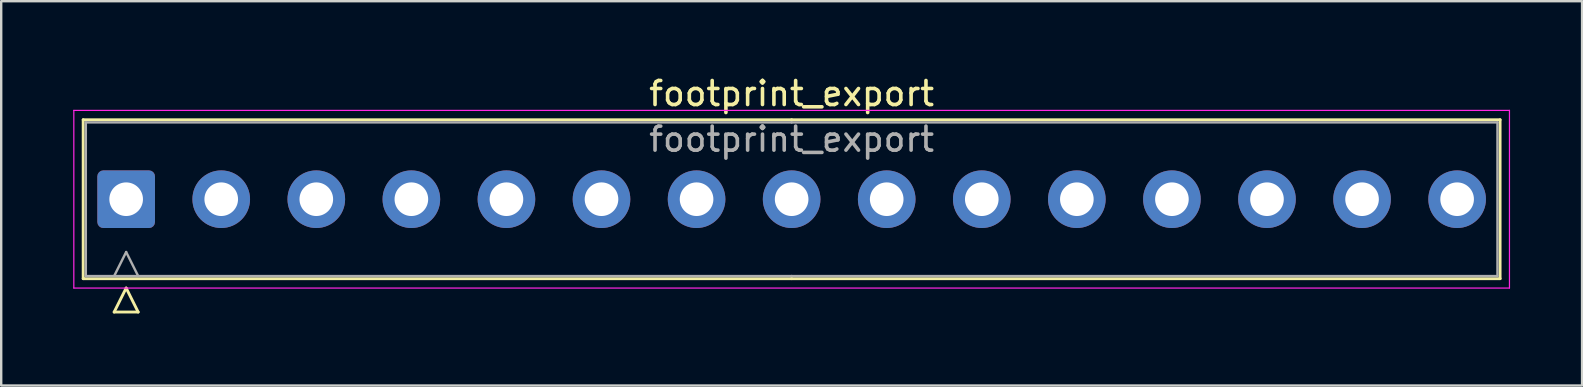
<source format=kicad_pcb>
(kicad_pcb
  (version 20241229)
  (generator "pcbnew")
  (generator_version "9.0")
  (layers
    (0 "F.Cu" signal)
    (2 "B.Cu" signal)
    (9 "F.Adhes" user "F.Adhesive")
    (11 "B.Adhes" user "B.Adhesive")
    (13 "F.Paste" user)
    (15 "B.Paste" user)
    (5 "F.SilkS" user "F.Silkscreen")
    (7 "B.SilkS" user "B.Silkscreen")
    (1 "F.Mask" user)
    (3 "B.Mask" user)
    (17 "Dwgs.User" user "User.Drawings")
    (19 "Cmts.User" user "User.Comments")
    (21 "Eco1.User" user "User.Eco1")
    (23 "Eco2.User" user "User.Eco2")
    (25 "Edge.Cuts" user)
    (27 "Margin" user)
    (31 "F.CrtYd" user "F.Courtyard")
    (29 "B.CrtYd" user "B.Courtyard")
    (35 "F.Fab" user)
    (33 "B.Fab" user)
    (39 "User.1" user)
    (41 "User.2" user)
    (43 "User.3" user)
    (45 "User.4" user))
  (footprint "footprint_export"
    (layer "F.Cu")
    (at 2.205 5.248)
    (property "Reference" "footprint_export" (at 27.72 -4.4 0) (layer "F.SilkS") (effects (font (size 1 1) (thickness 0.15))))
    (attr through_hole)
    (fp_line (start -1.79 -3.31) (end -1.79 3.31) (stroke (width 0.12) (type solid)) (layer "F.SilkS"))
    (fp_line (start -1.79 3.31) (end 27.72 3.31) (stroke (width 0.12) (type solid)) (layer "F.SilkS"))
    (fp_line (start -0.5 4.7) (end 0 3.7) (stroke (width 0.12) (type solid)) (layer "F.SilkS"))
    (fp_line (start 0 3.7) (end 0.5 4.7) (stroke (width 0.12) (type solid)) (layer "F.SilkS"))
    (fp_line (start 0.5 4.7) (end -0.5 4.7) (stroke (width 0.12) (type solid)) (layer "F.SilkS"))
    (fp_line (start 27.72 -3.31) (end -1.79 -3.31) (stroke (width 0.12) (type solid)) (layer "F.SilkS"))
    (fp_line (start 27.72 -3.31) (end 57.23 -3.31) (stroke (width 0.12) (type solid)) (layer "F.SilkS"))
    (fp_line (start 57.23 -3.31) (end 57.23 3.31) (stroke (width 0.12) (type solid)) (layer "F.SilkS"))
    (fp_line (start 57.23 3.31) (end 27.72 3.31) (stroke (width 0.12) (type solid)) (layer "F.SilkS"))
    (fp_line (start -2.18 -3.7) (end -2.18 3.7) (stroke (width 0.05) (type solid)) (layer "F.CrtYd"))
    (fp_line (start -2.18 3.7) (end 57.62 3.7) (stroke (width 0.05) (type solid)) (layer "F.CrtYd"))
    (fp_line (start 57.62 -3.7) (end -2.18 -3.7) (stroke (width 0.05) (type solid)) (layer "F.CrtYd"))
    (fp_line (start 57.62 3.7) (end 57.62 -3.7) (stroke (width 0.05) (type solid)) (layer "F.CrtYd"))
    (fp_line (start -1.68 -3.2) (end -1.68 3.2) (stroke (width 0.1) (type solid)) (layer "F.Fab"))
    (fp_line (start -1.68 3.2) (end 27.72 3.2) (stroke (width 0.1) (type solid)) (layer "F.Fab"))
    (fp_line (start -0.5 3.2) (end 0 2.2) (stroke (width 0.1) (type solid)) (layer "F.Fab"))
    (fp_line (start 0 2.2) (end 0.5 3.2) (stroke (width 0.1) (type solid)) (layer "F.Fab"))
    (fp_line (start 27.72 -3.2) (end -1.68 -3.2) (stroke (width 0.1) (type solid)) (layer "F.Fab"))
    (fp_line (start 27.72 -3.2) (end 57.12 -3.2) (stroke (width 0.1) (type solid)) (layer "F.Fab"))
    (fp_line (start 57.12 -3.2) (end 57.12 3.2) (stroke (width 0.1) (type solid)) (layer "F.Fab"))
    (fp_line (start 57.12 3.2) (end 27.72 3.2) (stroke (width 0.1) (type solid)) (layer "F.Fab"))
    (fp_text user "${REFERENCE}" (at 27.72 -2.5 0) (layer "F.Fab") (effects (font (size 1 1) (thickness 0.15))))
    (pad "1" thru_hole roundrect (at 0 0) (size 2.4 2.4) (drill 1.4) (layers "*.Cu" "*.Mask") (roundrect_rratio 0.104))
    (pad "2" thru_hole circle (at 3.96 0) (size 2.4 2.4) (drill 1.4) (layers "*.Cu" "*.Mask"))
    (pad "3" thru_hole circle (at 7.92 0) (size 2.4 2.4) (drill 1.4) (layers "*.Cu" "*.Mask"))
    (pad "4" thru_hole circle (at 11.88 0) (size 2.4 2.4) (drill 1.4) (layers "*.Cu" "*.Mask"))
    (pad "5" thru_hole circle (at 15.84 0) (size 2.4 2.4) (drill 1.4) (layers "*.Cu" "*.Mask"))
    (pad "6" thru_hole circle (at 19.8 0) (size 2.4 2.4) (drill 1.4) (layers "*.Cu" "*.Mask"))
    (pad "7" thru_hole circle (at 23.76 0) (size 2.4 2.4) (drill 1.4) (layers "*.Cu" "*.Mask"))
    (pad "8" thru_hole circle (at 27.72 0) (size 2.4 2.4) (drill 1.4) (layers "*.Cu" "*.Mask"))
    (pad "9" thru_hole circle (at 31.68 0) (size 2.4 2.4) (drill 1.4) (layers "*.Cu" "*.Mask"))
    (pad "10" thru_hole circle (at 35.64 0) (size 2.4 2.4) (drill 1.4) (layers "*.Cu" "*.Mask"))
    (pad "11" thru_hole circle (at 39.6 0) (size 2.4 2.4) (drill 1.4) (layers "*.Cu" "*.Mask"))
    (pad "12" thru_hole circle (at 43.56 0) (size 2.4 2.4) (drill 1.4) (layers "*.Cu" "*.Mask"))
    (pad "13" thru_hole circle (at 47.52 0) (size 2.4 2.4) (drill 1.4) (layers "*.Cu" "*.Mask"))
    (pad "14" thru_hole circle (at 51.48 0) (size 2.4 2.4) (drill 1.4) (layers "*.Cu" "*.Mask"))
    (pad "15" thru_hole circle (at 55.44 0) (size 2.4 2.4) (drill 1.4) (layers "*.Cu" "*.Mask")))
  (gr_rect
    (start -3 -3)
    (end 62.85 13.008)
    (stroke (width 0.1) (type default))
    (fill no)
    (layer "Edge.Cuts")))
</source>
